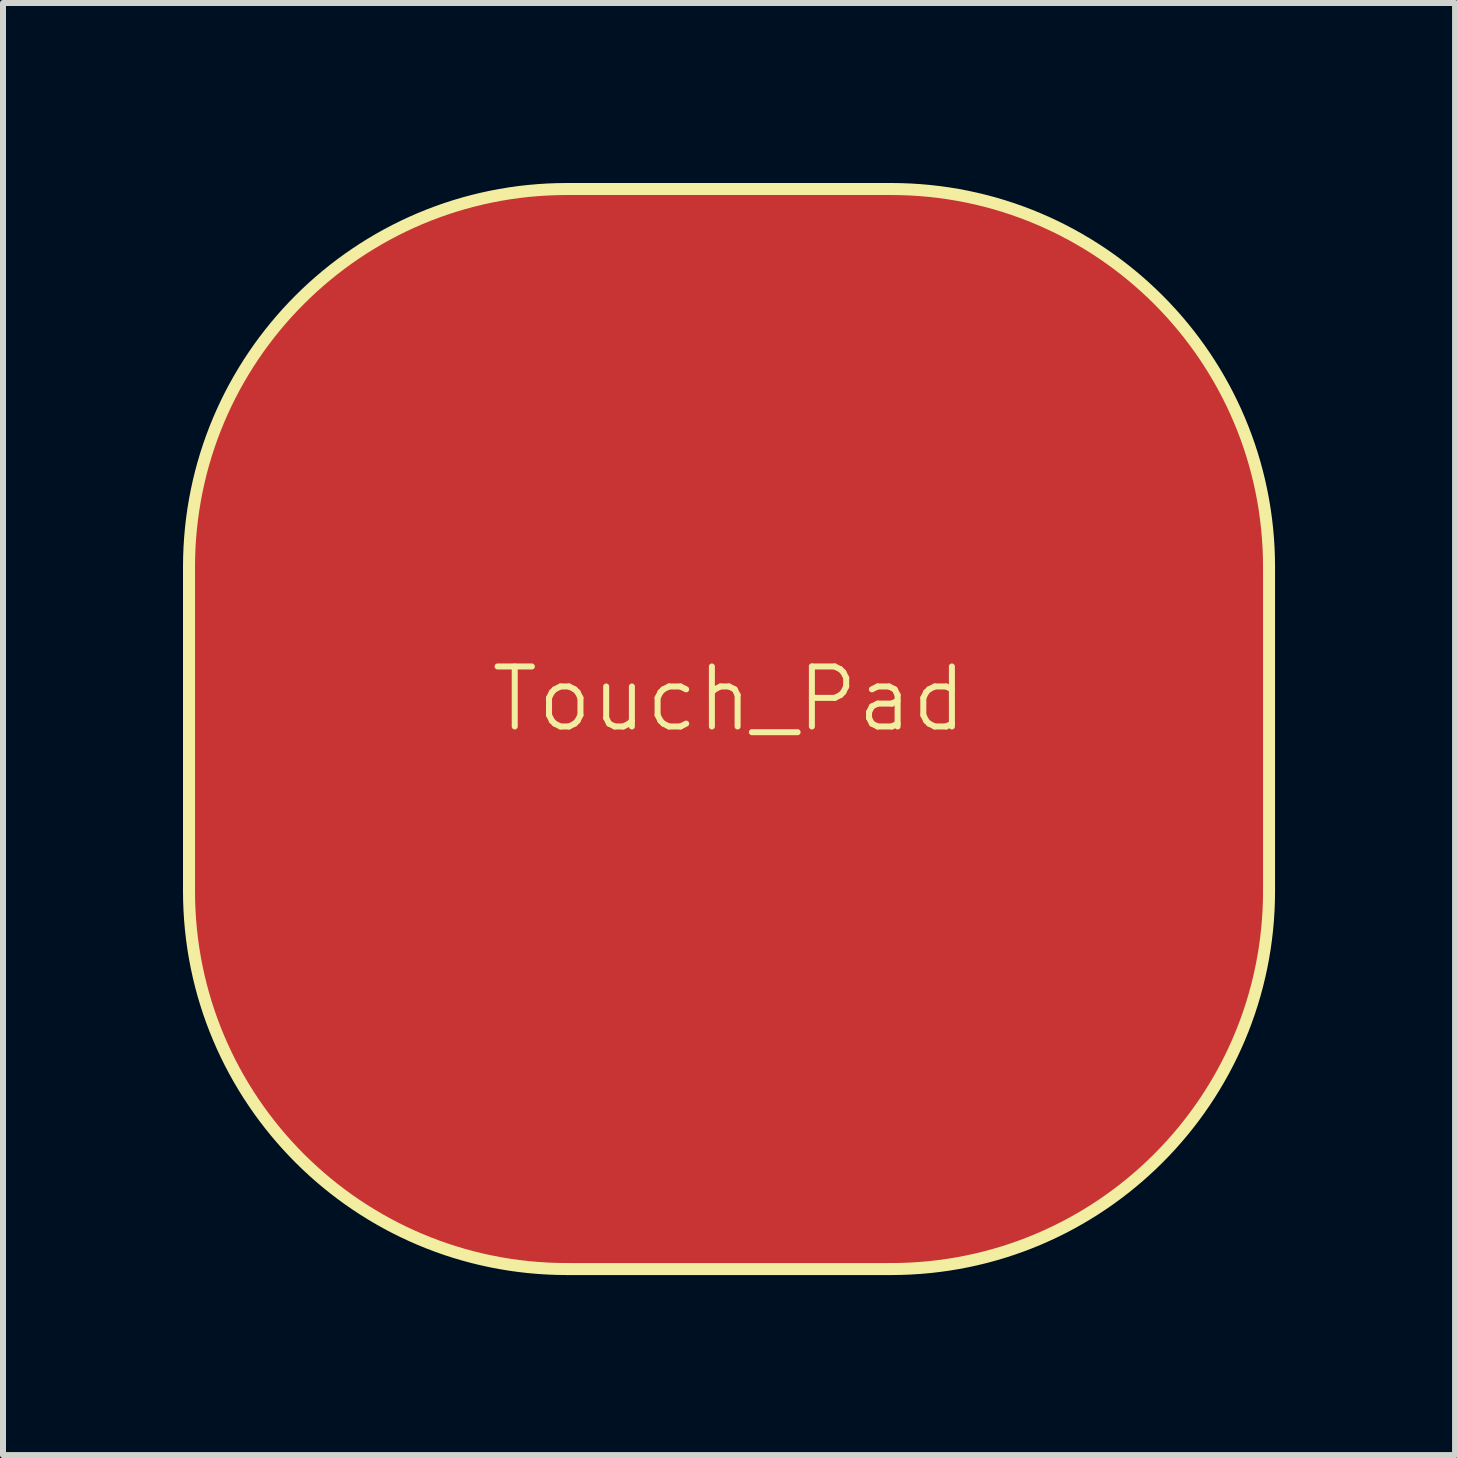
<source format=kicad_pcb>
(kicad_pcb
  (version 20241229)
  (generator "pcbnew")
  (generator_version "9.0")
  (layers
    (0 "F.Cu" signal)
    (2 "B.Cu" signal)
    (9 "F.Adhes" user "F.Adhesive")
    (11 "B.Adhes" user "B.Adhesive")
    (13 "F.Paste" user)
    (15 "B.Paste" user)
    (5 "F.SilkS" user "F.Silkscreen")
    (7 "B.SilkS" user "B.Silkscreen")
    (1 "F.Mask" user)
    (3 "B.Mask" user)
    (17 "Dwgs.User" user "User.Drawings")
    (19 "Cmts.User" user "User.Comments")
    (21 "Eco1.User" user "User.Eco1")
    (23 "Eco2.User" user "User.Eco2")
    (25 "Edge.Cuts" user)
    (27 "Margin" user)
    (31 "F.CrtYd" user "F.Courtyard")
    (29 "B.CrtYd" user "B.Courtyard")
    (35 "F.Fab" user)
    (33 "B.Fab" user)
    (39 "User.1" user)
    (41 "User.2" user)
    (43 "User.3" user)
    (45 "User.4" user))
  (footprint "Touch_Pad"
    (layer "F.Cu")
    (at 9.1 9.1)
    (property "Reference" "Touch_Pad" (at 0 -0.5 0) (unlocked yes) (layer "F.SilkS") (effects (font (size 1 1) (thickness 0.1))))
    (attr smd exclude_from_pos_files exclude_from_bom)
    (fp_line (start -9 -2.7) (end -9 2.7) (stroke (width 0.2) (type default)) (layer "F.SilkS"))
    (fp_line (start -2.7 9) (end 2.7 9) (stroke (width 0.2) (type default)) (layer "F.SilkS"))
    (fp_line (start 2.7 -9) (end -2.7 -9) (stroke (width 0.2) (type default)) (layer "F.SilkS"))
    (fp_line (start 9 2.7) (end 9 -2.7) (stroke (width 0.2) (type default)) (layer "F.SilkS"))
    (fp_arc (start -9 -2.7) (mid -7.154773 -7.154773) (end -2.7 -9) (stroke (width 0.2) (type default)) (layer "F.SilkS"))
    (fp_arc (start -2.7 9) (mid -7.154773 7.154773) (end -9 2.7) (stroke (width 0.2) (type default)) (layer "F.SilkS"))
    (fp_arc (start 2.7 -9) (mid 7.154773 -7.154773) (end 9 -2.7) (stroke (width 0.2) (type default)) (layer "F.SilkS"))
    (fp_arc (start 9 2.7) (mid 7.154773 7.154773) (end 2.7 9) (stroke (width 0.2) (type default)) (layer "F.SilkS"))
    (pad "1" smd roundrect (at 0 0) (size 18 18) (layers "F.Cu") (roundrect_rratio 0.35)))
  (gr_rect
    (start -3 -3)
    (end 21.2 21.2)
    (stroke (width 0.1) (type default))
    (fill no)
    (layer "Edge.Cuts")))
</source>
